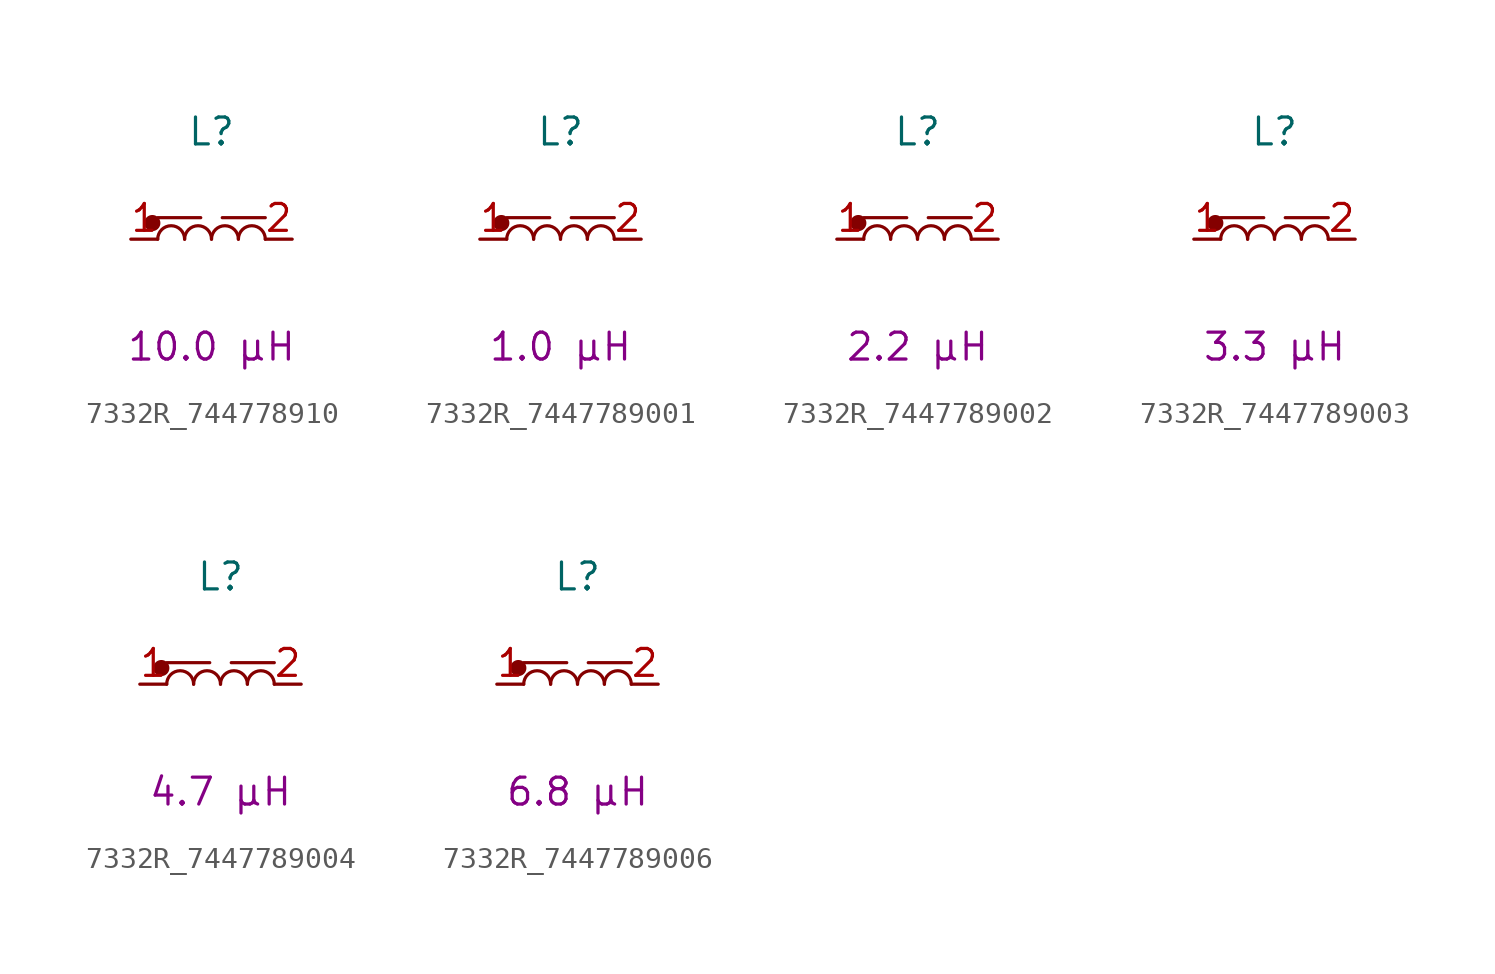
<source format=kicad_sym>
(kicad_symbol_lib
  (version 20220914)
  (generator kicad_symbol_editor)
  (symbol "7332R_744778910"
    (pin_names hide)
    (property "Reference" "L"
      (at 0 5.08 0)
      (effects (font (size 1.27 1.27))))
    (property "Critical Parameter" "10.0 µH"
      (at 0 -5.08 0)
      (effects (font (size 1.27 1.27))))
    (symbol "7332R_744778910_0_1"
      (arc (start -1.27 0) (mid -1.905 0.6323) (end -2.54 0) (stroke (width 0) (type default)) (fill (type none)))
      (arc (start 0 0) (mid -0.635 0.6323) (end -1.27 0) (stroke (width 0) (type default)) (fill (type none)))
      (polyline (pts (xy -2.54 1.016) (xy -0.508 1.016)) (stroke (width 0) (type default)) (fill (type none)))
      (arc (start 1.27 0) (mid 0.635 0.6323) (end 0 0) (stroke (width 0) (type default)) (fill (type none)))
      (arc (start 2.54 0) (mid 1.905 0.6323) (end 1.27 0) (stroke (width 0) (type default)) (fill (type none))))
    (symbol "7332R_744778910_1_1"
      (circle (center -2.794 0.762) (radius 0.0001) (stroke (width 0.381) (type default)) (fill (type none)))
      (polyline (pts (xy 2.54 1.016) (xy 0.508 1.016)) (stroke (width 0) (type default)) (fill (type none)))
      (pin passive line (at -3.81 0 0) (length 1.27) (name "1" (effects (font (size 1.27 1.27)))) (number "1" (effects (font (size 1.27 1.27)))))
      (pin passive line (at 3.81 0 180) (length 1.27) (name "2" (effects (font (size 1.27 1.27)))) (number "2" (effects (font (size 1.27 1.27)))))))
  (symbol "7332R_7447789001"
    (pin_names hide)
    (property "Reference" "L"
      (at 0 5.08 0)
      (effects (font (size 1.27 1.27))))
    (property "Critical Parameter" "1.0 µH"
      (at 0 -5.08 0)
      (effects (font (size 1.27 1.27))))
    (symbol "7332R_7447789001_0_1"
      (arc (start -1.27 0) (mid -1.905 0.6323) (end -2.54 0) (stroke (width 0) (type default)) (fill (type none)))
      (arc (start 0 0) (mid -0.635 0.6323) (end -1.27 0) (stroke (width 0) (type default)) (fill (type none)))
      (polyline (pts (xy -2.54 1.016) (xy -0.508 1.016)) (stroke (width 0) (type default)) (fill (type none)))
      (arc (start 1.27 0) (mid 0.635 0.6323) (end 0 0) (stroke (width 0) (type default)) (fill (type none)))
      (arc (start 2.54 0) (mid 1.905 0.6323) (end 1.27 0) (stroke (width 0) (type default)) (fill (type none))))
    (symbol "7332R_7447789001_1_1"
      (circle (center -2.794 0.762) (radius 0.0001) (stroke (width 0.381) (type default)) (fill (type none)))
      (polyline (pts (xy 2.54 1.016) (xy 0.508 1.016)) (stroke (width 0) (type default)) (fill (type none)))
      (pin passive line (at -3.81 0 0) (length 1.27) (name "1" (effects (font (size 1.27 1.27)))) (number "1" (effects (font (size 1.27 1.27)))))
      (pin passive line (at 3.81 0 180) (length 1.27) (name "2" (effects (font (size 1.27 1.27)))) (number "2" (effects (font (size 1.27 1.27)))))))
  (symbol "7332R_7447789002"
    (pin_names hide)
    (property "Reference" "L"
      (at 0 5.08 0)
      (effects (font (size 1.27 1.27))))
    (property "Critical Parameter" "2.2 µH"
      (at 0 -5.08 0)
      (effects (font (size 1.27 1.27))))
    (symbol "7332R_7447789002_0_1"
      (arc (start -1.27 0) (mid -1.905 0.6323) (end -2.54 0) (stroke (width 0) (type default)) (fill (type none)))
      (arc (start 0 0) (mid -0.635 0.6323) (end -1.27 0) (stroke (width 0) (type default)) (fill (type none)))
      (polyline (pts (xy -2.54 1.016) (xy -0.508 1.016)) (stroke (width 0) (type default)) (fill (type none)))
      (arc (start 1.27 0) (mid 0.635 0.6323) (end 0 0) (stroke (width 0) (type default)) (fill (type none)))
      (arc (start 2.54 0) (mid 1.905 0.6323) (end 1.27 0) (stroke (width 0) (type default)) (fill (type none))))
    (symbol "7332R_7447789002_1_1"
      (circle (center -2.794 0.762) (radius 0.0001) (stroke (width 0.381) (type default)) (fill (type none)))
      (polyline (pts (xy 2.54 1.016) (xy 0.508 1.016)) (stroke (width 0) (type default)) (fill (type none)))
      (pin passive line (at -3.81 0 0) (length 1.27) (name "1" (effects (font (size 1.27 1.27)))) (number "1" (effects (font (size 1.27 1.27)))))
      (pin passive line (at 3.81 0 180) (length 1.27) (name "2" (effects (font (size 1.27 1.27)))) (number "2" (effects (font (size 1.27 1.27)))))))
  (symbol "7332R_7447789003"
    (pin_names hide)
    (property "Reference" "L"
      (at 0 5.08 0)
      (effects (font (size 1.27 1.27))))
    (property "Critical Parameter" "3.3 µH"
      (at 0 -5.08 0)
      (effects (font (size 1.27 1.27))))
    (symbol "7332R_7447789003_0_1"
      (arc (start -1.27 0) (mid -1.905 0.6323) (end -2.54 0) (stroke (width 0) (type default)) (fill (type none)))
      (arc (start 0 0) (mid -0.635 0.6323) (end -1.27 0) (stroke (width 0) (type default)) (fill (type none)))
      (polyline (pts (xy -2.54 1.016) (xy -0.508 1.016)) (stroke (width 0) (type default)) (fill (type none)))
      (arc (start 1.27 0) (mid 0.635 0.6323) (end 0 0) (stroke (width 0) (type default)) (fill (type none)))
      (arc (start 2.54 0) (mid 1.905 0.6323) (end 1.27 0) (stroke (width 0) (type default)) (fill (type none))))
    (symbol "7332R_7447789003_1_1"
      (circle (center -2.794 0.762) (radius 0.0001) (stroke (width 0.381) (type default)) (fill (type none)))
      (polyline (pts (xy 2.54 1.016) (xy 0.508 1.016)) (stroke (width 0) (type default)) (fill (type none)))
      (pin passive line (at -3.81 0 0) (length 1.27) (name "1" (effects (font (size 1.27 1.27)))) (number "1" (effects (font (size 1.27 1.27)))))
      (pin passive line (at 3.81 0 180) (length 1.27) (name "2" (effects (font (size 1.27 1.27)))) (number "2" (effects (font (size 1.27 1.27)))))))
  (symbol "7332R_7447789004"
    (pin_names hide)
    (property "Reference" "L"
      (at 0 5.08 0)
      (effects (font (size 1.27 1.27))))
    (property "Critical Parameter" "4.7 µH"
      (at 0 -5.08 0)
      (effects (font (size 1.27 1.27))))
    (symbol "7332R_7447789004_0_1"
      (arc (start -1.27 0) (mid -1.905 0.6323) (end -2.54 0) (stroke (width 0) (type default)) (fill (type none)))
      (arc (start 0 0) (mid -0.635 0.6323) (end -1.27 0) (stroke (width 0) (type default)) (fill (type none)))
      (polyline (pts (xy -2.54 1.016) (xy -0.508 1.016)) (stroke (width 0) (type default)) (fill (type none)))
      (arc (start 1.27 0) (mid 0.635 0.6323) (end 0 0) (stroke (width 0) (type default)) (fill (type none)))
      (arc (start 2.54 0) (mid 1.905 0.6323) (end 1.27 0) (stroke (width 0) (type default)) (fill (type none))))
    (symbol "7332R_7447789004_1_1"
      (circle (center -2.794 0.762) (radius 0.0001) (stroke (width 0.381) (type default)) (fill (type none)))
      (polyline (pts (xy 2.54 1.016) (xy 0.508 1.016)) (stroke (width 0) (type default)) (fill (type none)))
      (pin passive line (at -3.81 0 0) (length 1.27) (name "1" (effects (font (size 1.27 1.27)))) (number "1" (effects (font (size 1.27 1.27)))))
      (pin passive line (at 3.81 0 180) (length 1.27) (name "2" (effects (font (size 1.27 1.27)))) (number "2" (effects (font (size 1.27 1.27)))))))
  (symbol "7332R_7447789006"
    (pin_names hide)
    (property "Reference" "L"
      (at 0 5.08 0)
      (effects (font (size 1.27 1.27))))
    (property "Critical Parameter" "6.8 µH"
      (at 0 -5.08 0)
      (effects (font (size 1.27 1.27))))
    (symbol "7332R_7447789006_0_1"
      (arc (start -1.27 0) (mid -1.905 0.6323) (end -2.54 0) (stroke (width 0) (type default)) (fill (type none)))
      (arc (start 0 0) (mid -0.635 0.6323) (end -1.27 0) (stroke (width 0) (type default)) (fill (type none)))
      (polyline (pts (xy -2.54 1.016) (xy -0.508 1.016)) (stroke (width 0) (type default)) (fill (type none)))
      (arc (start 1.27 0) (mid 0.635 0.6323) (end 0 0) (stroke (width 0) (type default)) (fill (type none)))
      (arc (start 2.54 0) (mid 1.905 0.6323) (end 1.27 0) (stroke (width 0) (type default)) (fill (type none))))
    (symbol "7332R_7447789006_1_1"
      (circle (center -2.794 0.762) (radius 0.0001) (stroke (width 0.381) (type default)) (fill (type none)))
      (polyline (pts (xy 2.54 1.016) (xy 0.508 1.016)) (stroke (width 0) (type default)) (fill (type none)))
      (pin passive line (at -3.81 0 0) (length 1.27) (name "1" (effects (font (size 1.27 1.27)))) (number "1" (effects (font (size 1.27 1.27)))))
      (pin passive line (at 3.81 0 180) (length 1.27) (name "2" (effects (font (size 1.27 1.27)))) (number "2" (effects (font (size 1.27 1.27))))))))
</source>
